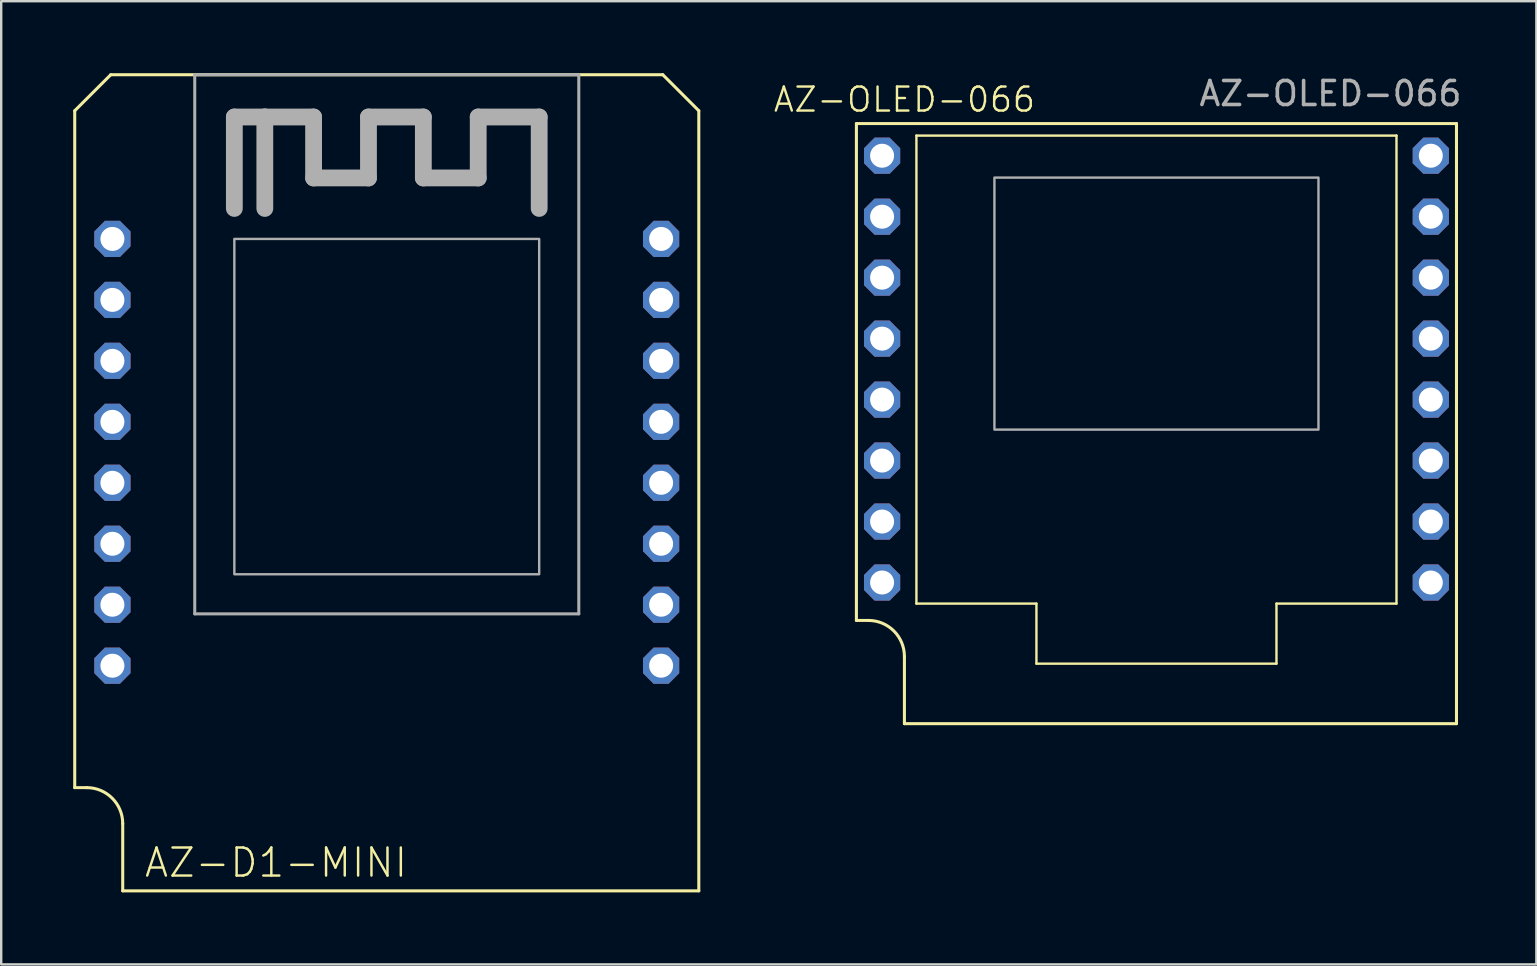
<source format=kicad_pcb>
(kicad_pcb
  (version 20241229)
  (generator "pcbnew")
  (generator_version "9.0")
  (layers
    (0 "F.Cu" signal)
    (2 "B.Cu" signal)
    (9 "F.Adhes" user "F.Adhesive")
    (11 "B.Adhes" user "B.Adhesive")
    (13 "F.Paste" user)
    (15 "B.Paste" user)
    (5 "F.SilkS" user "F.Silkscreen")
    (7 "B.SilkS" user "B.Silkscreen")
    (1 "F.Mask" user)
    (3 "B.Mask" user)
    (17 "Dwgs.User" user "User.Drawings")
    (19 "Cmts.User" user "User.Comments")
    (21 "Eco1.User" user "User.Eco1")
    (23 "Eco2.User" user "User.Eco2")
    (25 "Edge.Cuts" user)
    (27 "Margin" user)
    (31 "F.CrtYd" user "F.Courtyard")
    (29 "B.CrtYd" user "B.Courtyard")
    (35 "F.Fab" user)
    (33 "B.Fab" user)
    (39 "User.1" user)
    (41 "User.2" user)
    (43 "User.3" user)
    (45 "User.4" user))
  (footprint "AZ-D1-MINI"
    (layer "F.Cu")
    (at 13.063 17.064)
    (property "Reference" "AZ-D1-MINI" (at -10.16 16.51 0) (unlocked yes) (layer "F.SilkS") (effects (font (size 1.168 1.168) (thickness 0.102)) (justify left bottom)))
    (attr through_hole)
    (fp_line (start -13 -15.5) (end -13 12.7) (stroke (width 0.127) (type solid)) (layer "F.SilkS"))
    (fp_line (start -13 -15.5) (end -11.5 -17) (stroke (width 0.127) (type solid)) (layer "F.SilkS"))
    (fp_line (start -12.5 12.7) (end -13 12.7) (stroke (width 0.127) (type solid)) (layer "F.SilkS"))
    (fp_line (start -11.5 -17) (end 11.5 -17) (stroke (width 0.127) (type solid)) (layer "F.SilkS"))
    (fp_line (start -11 17) (end -11 14.2) (stroke (width 0.127) (type solid)) (layer "F.SilkS"))
    (fp_line (start 11.5 -17) (end 13 -15.5) (stroke (width 0.127) (type solid)) (layer "F.SilkS"))
    (fp_line (start 13 -15.5) (end 13 17) (stroke (width 0.127) (type solid)) (layer "F.SilkS"))
    (fp_line (start 13 17) (end -11 17) (stroke (width 0.127) (type solid)) (layer "F.SilkS"))
    (fp_arc (start -12.5 12.7) (mid -11.43934 13.13934) (end -11 14.2) (stroke (width 0.127) (type solid)) (layer "F.SilkS"))
    (fp_line (start -8 -17) (end 8 -17) (stroke (width 0.127) (type solid)) (layer "F.Fab"))
    (fp_line (start -8 5.46) (end -8 -17) (stroke (width 0.127) (type solid)) (layer "F.Fab"))
    (fp_line (start -6.35 -15.24) (end -5.08 -15.24) (stroke (width 0.7) (type solid)) (layer "F.Fab"))
    (fp_line (start -6.35 -11.43) (end -6.35 -15.24) (stroke (width 0.7) (type solid)) (layer "F.Fab"))
    (fp_line (start -5.08 -15.24) (end -5.08 -11.43) (stroke (width 0.7) (type solid)) (layer "F.Fab"))
    (fp_line (start -5.08 -15.24) (end -3.048 -15.24) (stroke (width 0.7) (type solid)) (layer "F.Fab"))
    (fp_line (start -3.048 -15.24) (end -3.048 -12.7) (stroke (width 0.7) (type solid)) (layer "F.Fab"))
    (fp_line (start -3.048 -12.7) (end -0.762 -12.7) (stroke (width 0.7) (type solid)) (layer "F.Fab"))
    (fp_line (start -0.762 -15.24) (end 1.524 -15.24) (stroke (width 0.7) (type solid)) (layer "F.Fab"))
    (fp_line (start -0.762 -12.7) (end -0.762 -15.24) (stroke (width 0.7) (type solid)) (layer "F.Fab"))
    (fp_line (start 1.524 -15.24) (end 1.524 -12.7) (stroke (width 0.7) (type solid)) (layer "F.Fab"))
    (fp_line (start 1.524 -12.7) (end 3.81 -12.7) (stroke (width 0.7) (type solid)) (layer "F.Fab"))
    (fp_line (start 3.81 -15.24) (end 6.35 -15.24) (stroke (width 0.7) (type solid)) (layer "F.Fab"))
    (fp_line (start 3.81 -12.7) (end 3.81 -15.24) (stroke (width 0.7) (type solid)) (layer "F.Fab"))
    (fp_line (start 6.35 -15.24) (end 6.35 -11.43) (stroke (width 0.7) (type solid)) (layer "F.Fab"))
    (fp_line (start 8 -17) (end 8 5.46) (stroke (width 0.127) (type solid)) (layer "F.Fab"))
    (fp_line (start 8 5.46) (end -8 5.46) (stroke (width 0.127) (type solid)) (layer "F.Fab"))
    (fp_poly (pts (xy -6.35 3.81) (xy 6.35 3.81) (xy 6.35 -10.16) (xy -6.35 -10.16)) (stroke (width 0.1) (type default)) (fill no) (layer "F.Fab"))
    (pad "1" thru_hole roundrect (at -11.43 -10.16) (size 1.508 1.508) (drill 1) (layers "*.Cu" "*.Mask") (roundrect_rratio 0.25) (chamfer_ratio 0.293) (chamfer top_left top_right bottom_left bottom_right))
    (pad "2" thru_hole roundrect (at -11.43 -7.62) (size 1.508 1.508) (drill 1) (layers "*.Cu" "*.Mask") (roundrect_rratio 0.25) (chamfer_ratio 0.293) (chamfer top_left top_right bottom_left bottom_right))
    (pad "3" thru_hole roundrect (at -11.43 -5.08) (size 1.508 1.508) (drill 1) (layers "*.Cu" "*.Mask") (roundrect_rratio 0.25) (chamfer_ratio 0.293) (chamfer top_left top_right bottom_left bottom_right))
    (pad "4" thru_hole roundrect (at -11.43 -2.54) (size 1.508 1.508) (drill 1) (layers "*.Cu" "*.Mask") (roundrect_rratio 0.25) (chamfer_ratio 0.293) (chamfer top_left top_right bottom_left bottom_right))
    (pad "5" thru_hole roundrect (at -11.43 0) (size 1.508 1.508) (drill 1) (layers "*.Cu" "*.Mask") (roundrect_rratio 0.25) (chamfer_ratio 0.293) (chamfer top_left top_right bottom_left bottom_right))
    (pad "6" thru_hole roundrect (at -11.43 2.54) (size 1.508 1.508) (drill 1) (layers "*.Cu" "*.Mask") (roundrect_rratio 0.25) (chamfer_ratio 0.293) (chamfer top_left top_right bottom_left bottom_right))
    (pad "7" thru_hole roundrect (at -11.43 5.08) (size 1.508 1.508) (drill 1) (layers "*.Cu" "*.Mask") (roundrect_rratio 0.25) (chamfer_ratio 0.293) (chamfer top_left top_right bottom_left bottom_right))
    (pad "8" thru_hole roundrect (at -11.43 7.62) (size 1.508 1.508) (drill 1) (layers "*.Cu" "*.Mask") (roundrect_rratio 0.25) (chamfer_ratio 0.293) (chamfer top_left top_right bottom_left bottom_right))
    (pad "9" thru_hole roundrect (at 11.43 7.62) (size 1.508 1.508) (drill 1) (layers "*.Cu" "*.Mask") (roundrect_rratio 0.25) (chamfer_ratio 0.293) (chamfer top_left top_right bottom_left bottom_right))
    (pad "10" thru_hole roundrect (at 11.43 5.08) (size 1.508 1.508) (drill 1) (layers "*.Cu" "*.Mask") (roundrect_rratio 0.25) (chamfer_ratio 0.293) (chamfer top_left top_right bottom_left bottom_right))
    (pad "11" thru_hole roundrect (at 11.43 2.54) (size 1.508 1.508) (drill 1) (layers "*.Cu" "*.Mask") (roundrect_rratio 0.25) (chamfer_ratio 0.293) (chamfer top_left top_right bottom_left bottom_right))
    (pad "12" thru_hole roundrect (at 11.43 0) (size 1.508 1.508) (drill 1) (layers "*.Cu" "*.Mask") (roundrect_rratio 0.25) (chamfer_ratio 0.293) (chamfer top_left top_right bottom_left bottom_right))
    (pad "13" thru_hole roundrect (at 11.43 -2.54) (size 1.508 1.508) (drill 1) (layers "*.Cu" "*.Mask") (roundrect_rratio 0.25) (chamfer_ratio 0.293) (chamfer top_left top_right bottom_left bottom_right))
    (pad "14" thru_hole roundrect (at 11.43 -5.08) (size 1.508 1.508) (drill 1) (layers "*.Cu" "*.Mask") (roundrect_rratio 0.25) (chamfer_ratio 0.293) (chamfer top_left top_right bottom_left bottom_right))
    (pad "15" thru_hole roundrect (at 11.43 -7.62) (size 1.508 1.508) (drill 1) (layers "*.Cu" "*.Mask") (roundrect_rratio 0.25) (chamfer_ratio 0.293) (chamfer top_left top_right bottom_left bottom_right))
    (pad "16" thru_hole roundrect (at 11.43 -10.16) (size 1.508 1.508) (drill 1) (layers "*.Cu" "*.Mask") (roundrect_rratio 0.25) (chamfer_ratio 0.293) (chamfer top_left top_right bottom_left bottom_right)))
  (footprint "AZ-OLED-066"
    (layer "F.Cu")
    (at 45.129 13.598)
    (property "Reference" "AZ-OLED-066" (at -10.5 -12.5 0) (unlocked yes) (layer "F.SilkS") (effects (font (size 1 1) (thickness 0.1))))
    (attr through_hole)
    (fp_line (start -12.5 -11.5) (end -12.5 9.2) (stroke (width 0.127) (type solid)) (layer "F.SilkS"))
    (fp_line (start -12.5 -11.5) (end 12.5 -11.5) (stroke (width 0.127) (type solid)) (layer "F.SilkS"))
    (fp_line (start -12 9.2) (end -12.5 9.2) (stroke (width 0.127) (type solid)) (layer "F.SilkS"))
    (fp_line (start -10.5 13.5) (end -10.5 10.7) (stroke (width 0.127) (type solid)) (layer "F.SilkS"))
    (fp_line (start -10 -11) (end -10 8.5) (stroke (width 0.1) (type default)) (layer "F.SilkS"))
    (fp_line (start -10 8.5) (end -5 8.5) (stroke (width 0.1) (type default)) (layer "F.SilkS"))
    (fp_line (start -5 8.5) (end -5 11) (stroke (width 0.1) (type default)) (layer "F.SilkS"))
    (fp_line (start -5 11) (end 5 11) (stroke (width 0.1) (type default)) (layer "F.SilkS"))
    (fp_line (start 5 8.5) (end 10 8.5) (stroke (width 0.1) (type default)) (layer "F.SilkS"))
    (fp_line (start 5 11) (end 5 8.5) (stroke (width 0.1) (type default)) (layer "F.SilkS"))
    (fp_line (start 10 -11) (end -10 -11) (stroke (width 0.1) (type default)) (layer "F.SilkS"))
    (fp_line (start 10 8.5) (end 10 -11) (stroke (width 0.1) (type default)) (layer "F.SilkS"))
    (fp_line (start 12.5 -11.5) (end 12.5 13.5) (stroke (width 0.127) (type solid)) (layer "F.SilkS"))
    (fp_line (start 12.5 13.5) (end -10.5 13.5) (stroke (width 0.127) (type solid)) (layer "F.SilkS"))
    (fp_arc (start -12 9.2) (mid -10.93934 9.63934) (end -10.5 10.7) (stroke (width 0.127) (type solid)) (layer "F.SilkS"))
    (fp_poly (pts (xy -6.75 1.25) (xy 6.75 1.25) (xy 6.75 -9.25) (xy -6.75 -9.25)) (stroke (width 0.1) (type default)) (fill no) (layer "F.Fab"))
    (fp_text user "${REFERENCE}" (at 7.25 -12.75 0) (unlocked yes) (layer "F.Fab") (effects (font (size 1 1) (thickness 0.15))))
    (pad "1" thru_hole roundrect (at -11.43 -10.16) (size 1.508 1.508) (drill 1) (layers "*.Cu" "*.Mask") (roundrect_rratio 0.25) (chamfer_ratio 0.293) (chamfer top_left top_right bottom_left bottom_right))
    (pad "2" thru_hole roundrect (at -11.43 -7.62) (size 1.508 1.508) (drill 1) (layers "*.Cu" "*.Mask") (roundrect_rratio 0.25) (chamfer_ratio 0.293) (chamfer top_left top_right bottom_left bottom_right))
    (pad "3" thru_hole roundrect (at -11.43 -5.08) (size 1.508 1.508) (drill 1) (layers "*.Cu" "*.Mask") (roundrect_rratio 0.25) (chamfer_ratio 0.293) (chamfer top_left top_right bottom_left bottom_right))
    (pad "4" thru_hole roundrect (at -11.43 -2.54) (size 1.508 1.508) (drill 1) (layers "*.Cu" "*.Mask") (roundrect_rratio 0.25) (chamfer_ratio 0.293) (chamfer top_left top_right bottom_left bottom_right))
    (pad "5" thru_hole roundrect (at -11.43 0) (size 1.508 1.508) (drill 1) (layers "*.Cu" "*.Mask") (roundrect_rratio 0.25) (chamfer_ratio 0.293) (chamfer top_left top_right bottom_left bottom_right))
    (pad "6" thru_hole roundrect (at -11.43 2.54) (size 1.508 1.508) (drill 1) (layers "*.Cu" "*.Mask") (roundrect_rratio 0.25) (chamfer_ratio 0.293) (chamfer top_left top_right bottom_left bottom_right))
    (pad "7" thru_hole roundrect (at -11.43 5.08) (size 1.508 1.508) (drill 1) (layers "*.Cu" "*.Mask") (roundrect_rratio 0.25) (chamfer_ratio 0.293) (chamfer top_left top_right bottom_left bottom_right))
    (pad "8" thru_hole roundrect (at -11.43 7.62) (size 1.508 1.508) (drill 1) (layers "*.Cu" "*.Mask") (roundrect_rratio 0.25) (chamfer_ratio 0.293) (chamfer top_left top_right bottom_left bottom_right))
    (pad "9" thru_hole roundrect (at 11.43 7.62) (size 1.508 1.508) (drill 1) (layers "*.Cu" "*.Mask") (roundrect_rratio 0.25) (chamfer_ratio 0.293) (chamfer top_left top_right bottom_left bottom_right))
    (pad "10" thru_hole roundrect (at 11.43 5.08) (size 1.508 1.508) (drill 1) (layers "*.Cu" "*.Mask") (roundrect_rratio 0.25) (chamfer_ratio 0.293) (chamfer top_left top_right bottom_left bottom_right))
    (pad "11" thru_hole roundrect (at 11.43 2.54) (size 1.508 1.508) (drill 1) (layers "*.Cu" "*.Mask") (roundrect_rratio 0.25) (chamfer_ratio 0.293) (chamfer top_left top_right bottom_left bottom_right))
    (pad "12" thru_hole roundrect (at 11.43 0) (size 1.508 1.508) (drill 1) (layers "*.Cu" "*.Mask") (roundrect_rratio 0.25) (chamfer_ratio 0.293) (chamfer top_left top_right bottom_left bottom_right))
    (pad "13" thru_hole roundrect (at 11.43 -2.54) (size 1.508 1.508) (drill 1) (layers "*.Cu" "*.Mask") (roundrect_rratio 0.25) (chamfer_ratio 0.293) (chamfer top_left top_right bottom_left bottom_right))
    (pad "14" thru_hole roundrect (at 11.43 -5.08) (size 1.508 1.508) (drill 1) (layers "*.Cu" "*.Mask") (roundrect_rratio 0.25) (chamfer_ratio 0.293) (chamfer top_left top_right bottom_left bottom_right))
    (pad "15" thru_hole roundrect (at 11.43 -7.62) (size 1.508 1.508) (drill 1) (layers "*.Cu" "*.Mask") (roundrect_rratio 0.25) (chamfer_ratio 0.293) (chamfer top_left top_right bottom_left bottom_right))
    (pad "16" thru_hole roundrect (at 11.43 -10.16) (size 1.508 1.508) (drill 1) (layers "*.Cu" "*.Mask") (roundrect_rratio 0.25) (chamfer_ratio 0.293) (chamfer top_left top_right bottom_left bottom_right)))
  (gr_rect
    (start -3 -3)
    (end 60.957 37.127)
    (stroke (width 0.1) (type default))
    (fill no)
    (layer "Edge.Cuts")))
</source>
